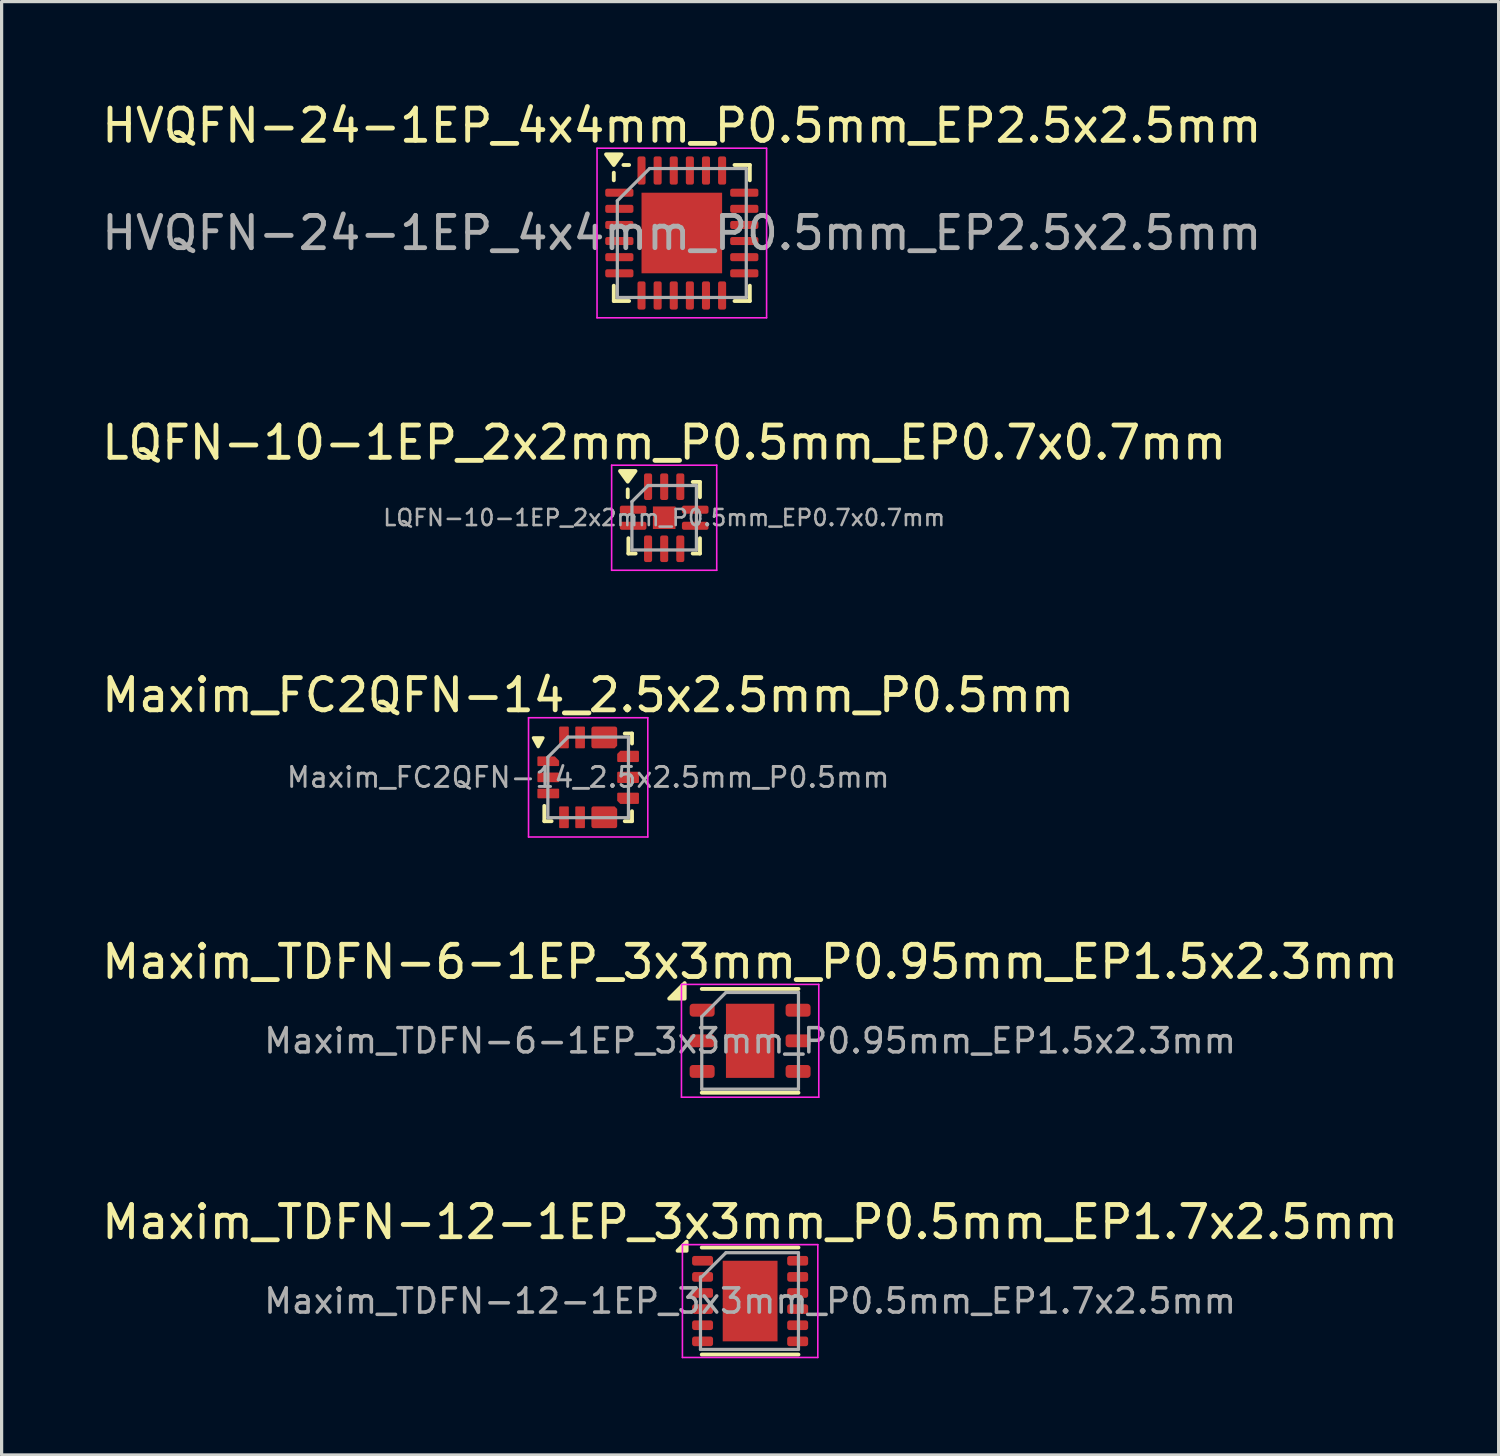
<source format=kicad_pcb>
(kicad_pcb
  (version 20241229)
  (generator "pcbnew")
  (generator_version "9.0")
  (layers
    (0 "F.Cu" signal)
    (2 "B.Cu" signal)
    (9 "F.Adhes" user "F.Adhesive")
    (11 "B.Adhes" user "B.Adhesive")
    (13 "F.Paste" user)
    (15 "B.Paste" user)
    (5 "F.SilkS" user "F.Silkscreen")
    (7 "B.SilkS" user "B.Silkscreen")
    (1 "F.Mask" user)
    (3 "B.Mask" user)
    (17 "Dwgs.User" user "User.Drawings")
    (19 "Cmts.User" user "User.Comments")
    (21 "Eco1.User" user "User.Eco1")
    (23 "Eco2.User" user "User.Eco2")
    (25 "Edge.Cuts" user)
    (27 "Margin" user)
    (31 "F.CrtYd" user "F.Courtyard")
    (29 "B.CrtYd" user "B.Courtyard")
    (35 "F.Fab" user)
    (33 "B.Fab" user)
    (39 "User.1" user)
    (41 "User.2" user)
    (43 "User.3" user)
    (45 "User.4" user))
  (footprint "Maxim_TDFN-12-1EP_3x3mm_P0.5mm_EP1.7x2.5mm"
    (layer "F.Cu")
    (at 20.22 37.311)
    (property "Reference" "Maxim_TDFN-12-1EP_3x3mm_P0.5mm_EP1.7x2.5mm" (at 0 -2.45 0) (layer "F.SilkS") (effects (font (size 1 1) (thickness 0.15))))
    (attr smd)
    (fp_line (start -1.5 -1.66) (end 1.5 -1.66) (stroke (width 0.12) (type solid)) (layer "F.SilkS"))
    (fp_line (start -1.5 1.66) (end 1.5 1.66) (stroke (width 0.12) (type solid)) (layer "F.SilkS"))
    (fp_poly (pts (xy -1.97 -1.56) (xy -2.25 -1.56) (xy -1.97 -1.84) (xy -1.97 -1.56)) (stroke (width 0.12) (type solid)) (fill yes) (layer "F.SilkS"))
    (fp_line (start -2.1 -1.75) (end -2.1 1.75) (stroke (width 0.05) (type solid)) (layer "F.CrtYd"))
    (fp_line (start -2.1 1.75) (end 2.1 1.75) (stroke (width 0.05) (type solid)) (layer "F.CrtYd"))
    (fp_line (start 2.1 -1.75) (end -2.1 -1.75) (stroke (width 0.05) (type solid)) (layer "F.CrtYd"))
    (fp_line (start 2.1 1.75) (end 2.1 -1.75) (stroke (width 0.05) (type solid)) (layer "F.CrtYd"))
    (fp_line (start -1.54 1.5) (end -1.54 -0.75) (stroke (width 0.1) (type solid)) (layer "F.Fab"))
    (fp_line (start -1.5 -0.75) (end -0.75 -1.5) (stroke (width 0.1) (type solid)) (layer "F.Fab"))
    (fp_line (start -0.75 -1.5) (end 1.5 -1.5) (stroke (width 0.1) (type solid)) (layer "F.Fab"))
    (fp_line (start 1.5 -1.5) (end 1.5 1.5) (stroke (width 0.1) (type solid)) (layer "F.Fab"))
    (fp_line (start 1.5 1.5) (end -1.54 1.5) (stroke (width 0.1) (type solid)) (layer "F.Fab"))
    (fp_text user "${REFERENCE}" (at 0 0 0) (layer "F.Fab") (effects (font (size 0.75 0.75) (thickness 0.11))))
    (pad "" smd roundrect (at -0.4 -0.625) (size 0.64 1.01) (layers "F.Paste") (roundrect_rratio 0.25))
    (pad "" smd roundrect (at -0.4 0.625) (size 0.64 1.01) (layers "F.Paste") (roundrect_rratio 0.25))
    (pad "" smd roundrect (at 0.4 -0.625) (size 0.64 1.01) (layers "F.Paste") (roundrect_rratio 0.25))
    (pad "" smd roundrect (at 0.4 0.625) (size 0.64 1.01) (layers "F.Paste") (roundrect_rratio 0.25))
    (pad "1" smd roundrect (at -1.475 -1.25) (size 0.65 0.3) (layers "F.Cu" "F.Mask" "F.Paste") (roundrect_rratio 0.25))
    (pad "2" smd roundrect (at -1.475 -0.75) (size 0.65 0.3) (layers "F.Cu" "F.Mask" "F.Paste") (roundrect_rratio 0.25))
    (pad "3" smd roundrect (at -1.475 -0.25) (size 0.65 0.3) (layers "F.Cu" "F.Mask" "F.Paste") (roundrect_rratio 0.25))
    (pad "4" smd roundrect (at -1.475 0.25) (size 0.65 0.3) (layers "F.Cu" "F.Mask" "F.Paste") (roundrect_rratio 0.25))
    (pad "5" smd roundrect (at -1.475 0.75) (size 0.65 0.3) (layers "F.Cu" "F.Mask" "F.Paste") (roundrect_rratio 0.25))
    (pad "6" smd roundrect (at -1.475 1.25) (size 0.65 0.3) (layers "F.Cu" "F.Mask" "F.Paste") (roundrect_rratio 0.25))
    (pad "7" smd roundrect (at 1.475 1.25) (size 0.65 0.3) (layers "F.Cu" "F.Mask" "F.Paste") (roundrect_rratio 0.25))
    (pad "8" smd roundrect (at 1.475 0.75) (size 0.65 0.3) (layers "F.Cu" "F.Mask" "F.Paste") (roundrect_rratio 0.25))
    (pad "9" smd roundrect (at 1.475 0.25) (size 0.65 0.3) (layers "F.Cu" "F.Mask" "F.Paste") (roundrect_rratio 0.25))
    (pad "10" smd roundrect (at 1.475 -0.25) (size 0.65 0.3) (layers "F.Cu" "F.Mask" "F.Paste") (roundrect_rratio 0.25))
    (pad "11" smd roundrect (at 1.475 -0.75) (size 0.65 0.3) (layers "F.Cu" "F.Mask" "F.Paste") (roundrect_rratio 0.25))
    (pad "12" smd roundrect (at 1.475 -1.25) (size 0.65 0.3) (layers "F.Cu" "F.Mask" "F.Paste") (roundrect_rratio 0.25))
    (pad "13" smd rect (at 0 0) (size 1.7 2.5) (layers "F.Cu" "F.Mask")))
  (footprint "Maxim_TDFN-6-1EP_3x3mm_P0.95mm_EP1.5x2.3mm"
    (layer "F.Cu")
    (at 20.22 29.238)
    (property "Reference" "Maxim_TDFN-6-1EP_3x3mm_P0.95mm_EP1.5x2.3mm" (at 0 -2.45 0) (layer "F.SilkS") (effects (font (size 1 1) (thickness 0.15))))
    (attr smd)
    (fp_line (start -1.5 -1.61) (end 1.5 -1.61) (stroke (width 0.12) (type solid)) (layer "F.SilkS"))
    (fp_line (start -1.5 1.61) (end 1.5 1.61) (stroke (width 0.12) (type solid)) (layer "F.SilkS"))
    (fp_poly (pts (xy -2.03 -1.31) (xy -2.51 -1.31) (xy -2.03 -1.79) (xy -2.03 -1.31)) (stroke (width 0.12) (type solid)) (fill yes) (layer "F.SilkS"))
    (fp_line (start -2.13 -1.75) (end -2.13 1.75) (stroke (width 0.05) (type solid)) (layer "F.CrtYd"))
    (fp_line (start -2.13 1.75) (end 2.13 1.75) (stroke (width 0.05) (type solid)) (layer "F.CrtYd"))
    (fp_line (start 2.13 -1.75) (end -2.13 -1.75) (stroke (width 0.05) (type solid)) (layer "F.CrtYd"))
    (fp_line (start 2.13 1.75) (end 2.13 -1.75) (stroke (width 0.05) (type solid)) (layer "F.CrtYd"))
    (fp_line (start -1.5 -0.75) (end -0.75 -1.5) (stroke (width 0.1) (type solid)) (layer "F.Fab"))
    (fp_line (start -1.5 1.5) (end -1.5 -0.75) (stroke (width 0.1) (type solid)) (layer "F.Fab"))
    (fp_line (start -0.75 -1.5) (end 1.5 -1.5) (stroke (width 0.1) (type solid)) (layer "F.Fab"))
    (fp_line (start 1.5 -1.5) (end 1.5 1.5) (stroke (width 0.1) (type solid)) (layer "F.Fab"))
    (fp_line (start 1.5 1.5) (end -1.5 1.5) (stroke (width 0.1) (type solid)) (layer "F.Fab"))
    (fp_text user "${REFERENCE}" (at 0 0 0) (layer "F.Fab") (effects (font (size 0.75 0.75) (thickness 0.11))))
    (pad "" smd roundrect (at -0.375 -0.575) (size 0.6 0.93) (layers "F.Paste") (roundrect_rratio 0.25))
    (pad "" smd roundrect (at -0.375 0.575) (size 0.6 0.93) (layers "F.Paste") (roundrect_rratio 0.25))
    (pad "" smd roundrect (at 0.375 -0.575) (size 0.6 0.93) (layers "F.Paste") (roundrect_rratio 0.25))
    (pad "" smd roundrect (at 0.375 0.575) (size 0.6 0.93) (layers "F.Paste") (roundrect_rratio 0.25))
    (pad "1" smd roundrect (at -1.488 -0.95) (size 0.775 0.4) (layers "F.Cu" "F.Mask" "F.Paste") (roundrect_rratio 0.25))
    (pad "2" smd roundrect (at -1.488 0) (size 0.775 0.4) (layers "F.Cu" "F.Mask" "F.Paste") (roundrect_rratio 0.25))
    (pad "3" smd roundrect (at -1.488 0.95) (size 0.775 0.4) (layers "F.Cu" "F.Mask" "F.Paste") (roundrect_rratio 0.25))
    (pad "4" smd roundrect (at 1.488 0.95) (size 0.775 0.4) (layers "F.Cu" "F.Mask" "F.Paste") (roundrect_rratio 0.25))
    (pad "5" smd roundrect (at 1.488 0) (size 0.775 0.4) (layers "F.Cu" "F.Mask" "F.Paste") (roundrect_rratio 0.25))
    (pad "6" smd roundrect (at 1.488 -0.95) (size 0.775 0.4) (layers "F.Cu" "F.Mask" "F.Paste") (roundrect_rratio 0.25))
    (pad "7" smd rect (at 0 0) (size 1.5 2.3) (property pad_prop_heatsink) (layers "F.Cu" "F.Mask")))
  (footprint "HVQFN-24-1EP_4x4mm_P0.5mm_EP2.5x2.5mm"
    (layer "F.Cu")
    (at 18.101 4.178)
    (property "Reference" "HVQFN-24-1EP_4x4mm_P0.5mm_EP2.5x2.5mm" (at 0 -3.33 0) (layer "F.SilkS") (effects (font (size 1 1) (thickness 0.15))))
    (attr smd)
    (fp_line (start -2.11 -1.635) (end -2.11 -1.87) (stroke (width 0.12) (type solid)) (layer "F.SilkS"))
    (fp_line (start -2.11 2.11) (end -2.11 1.635) (stroke (width 0.12) (type solid)) (layer "F.SilkS"))
    (fp_line (start -1.635 -2.11) (end -1.81 -2.11) (stroke (width 0.12) (type solid)) (layer "F.SilkS"))
    (fp_line (start -1.635 2.11) (end -2.11 2.11) (stroke (width 0.12) (type solid)) (layer "F.SilkS"))
    (fp_line (start 1.635 -2.11) (end 2.11 -2.11) (stroke (width 0.12) (type solid)) (layer "F.SilkS"))
    (fp_line (start 1.635 2.11) (end 2.11 2.11) (stroke (width 0.12) (type solid)) (layer "F.SilkS"))
    (fp_line (start 2.11 -2.11) (end 2.11 -1.635) (stroke (width 0.12) (type solid)) (layer "F.SilkS"))
    (fp_line (start 2.11 2.11) (end 2.11 1.635) (stroke (width 0.12) (type solid)) (layer "F.SilkS"))
    (fp_poly (pts (xy -2.11 -2.11) (xy -2.35 -2.44) (xy -1.87 -2.44) (xy -2.11 -2.11)) (stroke (width 0.12) (type solid)) (fill yes) (layer "F.SilkS"))
    (fp_line (start -2.63 -2.63) (end -2.63 2.63) (stroke (width 0.05) (type solid)) (layer "F.CrtYd"))
    (fp_line (start -2.63 2.63) (end 2.63 2.63) (stroke (width 0.05) (type solid)) (layer "F.CrtYd"))
    (fp_line (start 2.63 -2.63) (end -2.63 -2.63) (stroke (width 0.05) (type solid)) (layer "F.CrtYd"))
    (fp_line (start 2.63 2.63) (end 2.63 -2.63) (stroke (width 0.05) (type solid)) (layer "F.CrtYd"))
    (fp_line (start -2 -1) (end -1 -2) (stroke (width 0.1) (type solid)) (layer "F.Fab"))
    (fp_line (start -2 2) (end -2 -1) (stroke (width 0.1) (type solid)) (layer "F.Fab"))
    (fp_line (start -1 -2) (end 2 -2) (stroke (width 0.1) (type solid)) (layer "F.Fab"))
    (fp_line (start 2 -2) (end 2 2) (stroke (width 0.1) (type solid)) (layer "F.Fab"))
    (fp_line (start 2 2) (end -2 2) (stroke (width 0.1) (type solid)) (layer "F.Fab"))
    (fp_text user "${REFERENCE}" (at 0 0 0) (layer "F.Fab") (effects (font (size 1 1) (thickness 0.15))))
    (pad "" smd roundrect (at -0.625 -0.625) (size 1.01 1.01) (layers "F.Paste") (roundrect_rratio 0.248))
    (pad "" smd roundrect (at -0.625 0.625) (size 1.01 1.01) (layers "F.Paste") (roundrect_rratio 0.248))
    (pad "" smd roundrect (at 0.625 -0.625) (size 1.01 1.01) (layers "F.Paste") (roundrect_rratio 0.248))
    (pad "" smd roundrect (at 0.625 0.625) (size 1.01 1.01) (layers "F.Paste") (roundrect_rratio 0.248))
    (pad "1" smd roundrect (at -1.938 -1.25) (size 0.875 0.25) (layers "F.Cu" "F.Mask" "F.Paste") (roundrect_rratio 0.25))
    (pad "2" smd roundrect (at -1.938 -0.75) (size 0.875 0.25) (layers "F.Cu" "F.Mask" "F.Paste") (roundrect_rratio 0.25))
    (pad "3" smd roundrect (at -1.938 -0.25) (size 0.875 0.25) (layers "F.Cu" "F.Mask" "F.Paste") (roundrect_rratio 0.25))
    (pad "4" smd roundrect (at -1.938 0.25) (size 0.875 0.25) (layers "F.Cu" "F.Mask" "F.Paste") (roundrect_rratio 0.25))
    (pad "5" smd roundrect (at -1.938 0.75) (size 0.875 0.25) (layers "F.Cu" "F.Mask" "F.Paste") (roundrect_rratio 0.25))
    (pad "6" smd roundrect (at -1.938 1.25) (size 0.875 0.25) (layers "F.Cu" "F.Mask" "F.Paste") (roundrect_rratio 0.25))
    (pad "7" smd roundrect (at -1.25 1.938) (size 0.25 0.875) (layers "F.Cu" "F.Mask" "F.Paste") (roundrect_rratio 0.25))
    (pad "8" smd roundrect (at -0.75 1.938) (size 0.25 0.875) (layers "F.Cu" "F.Mask" "F.Paste") (roundrect_rratio 0.25))
    (pad "9" smd roundrect (at -0.25 1.938) (size 0.25 0.875) (layers "F.Cu" "F.Mask" "F.Paste") (roundrect_rratio 0.25))
    (pad "10" smd roundrect (at 0.25 1.938) (size 0.25 0.875) (layers "F.Cu" "F.Mask" "F.Paste") (roundrect_rratio 0.25))
    (pad "11" smd roundrect (at 0.75 1.938) (size 0.25 0.875) (layers "F.Cu" "F.Mask" "F.Paste") (roundrect_rratio 0.25))
    (pad "12" smd roundrect (at 1.25 1.938) (size 0.25 0.875) (layers "F.Cu" "F.Mask" "F.Paste") (roundrect_rratio 0.25))
    (pad "13" smd roundrect (at 1.938 1.25) (size 0.875 0.25) (layers "F.Cu" "F.Mask" "F.Paste") (roundrect_rratio 0.25))
    (pad "14" smd roundrect (at 1.938 0.75) (size 0.875 0.25) (layers "F.Cu" "F.Mask" "F.Paste") (roundrect_rratio 0.25))
    (pad "15" smd roundrect (at 1.938 0.25) (size 0.875 0.25) (layers "F.Cu" "F.Mask" "F.Paste") (roundrect_rratio 0.25))
    (pad "16" smd roundrect (at 1.938 -0.25) (size 0.875 0.25) (layers "F.Cu" "F.Mask" "F.Paste") (roundrect_rratio 0.25))
    (pad "17" smd roundrect (at 1.938 -0.75) (size 0.875 0.25) (layers "F.Cu" "F.Mask" "F.Paste") (roundrect_rratio 0.25))
    (pad "18" smd roundrect (at 1.938 -1.25) (size 0.875 0.25) (layers "F.Cu" "F.Mask" "F.Paste") (roundrect_rratio 0.25))
    (pad "19" smd roundrect (at 1.25 -1.938) (size 0.25 0.875) (layers "F.Cu" "F.Mask" "F.Paste") (roundrect_rratio 0.25))
    (pad "20" smd roundrect (at 0.75 -1.938) (size 0.25 0.875) (layers "F.Cu" "F.Mask" "F.Paste") (roundrect_rratio 0.25))
    (pad "21" smd roundrect (at 0.25 -1.938) (size 0.25 0.875) (layers "F.Cu" "F.Mask" "F.Paste") (roundrect_rratio 0.25))
    (pad "22" smd roundrect (at -0.25 -1.938) (size 0.25 0.875) (layers "F.Cu" "F.Mask" "F.Paste") (roundrect_rratio 0.25))
    (pad "23" smd roundrect (at -0.75 -1.938) (size 0.25 0.875) (layers "F.Cu" "F.Mask" "F.Paste") (roundrect_rratio 0.25))
    (pad "24" smd roundrect (at -1.25 -1.938) (size 0.25 0.875) (layers "F.Cu" "F.Mask" "F.Paste") (roundrect_rratio 0.25))
    (pad "25" smd rect (at 0 0) (size 2.5 2.5) (property pad_prop_heatsink) (layers "F.Cu" "F.Mask")))
  (footprint "Maxim_FC2QFN-14_2.5x2.5mm_P0.5mm"
    (layer "F.Cu")
    (at 15.196 21.065)
    (property "Reference" "Maxim_FC2QFN-14_2.5x2.5mm_P0.5mm" (at 0 -2.55 0) (layer "F.SilkS") (effects (font (size 1 1) (thickness 0.15))))
    (attr smd)
    (fp_line (start -1.36 1.36) (end -1.36 0.885) (stroke (width 0.12) (type solid)) (layer "F.SilkS"))
    (fp_line (start -1.135 1.36) (end -1.36 1.36) (stroke (width 0.12) (type solid)) (layer "F.SilkS"))
    (fp_line (start 1.135 -1.36) (end 1.36 -1.36) (stroke (width 0.12) (type solid)) (layer "F.SilkS"))
    (fp_line (start 1.135 1.36) (end 1.36 1.36) (stroke (width 0.12) (type solid)) (layer "F.SilkS"))
    (fp_line (start 1.36 -1.36) (end 1.36 -1.05) (stroke (width 0.12) (type solid)) (layer "F.SilkS"))
    (fp_line (start 1.36 1.36) (end 1.36 1.05) (stroke (width 0.12) (type solid)) (layer "F.SilkS"))
    (fp_poly (pts (xy -1.7 -1.226) (xy -1.4 -1.226) (xy -1.55 -0.95)) (stroke (width 0.1) (type solid)) (fill yes) (layer "F.SilkS"))
    (fp_line (start -1.85 -1.85) (end -1.85 1.85) (stroke (width 0.05) (type solid)) (layer "F.CrtYd"))
    (fp_line (start -1.85 1.85) (end 1.85 1.85) (stroke (width 0.05) (type solid)) (layer "F.CrtYd"))
    (fp_line (start 1.85 -1.85) (end -1.85 -1.85) (stroke (width 0.05) (type solid)) (layer "F.CrtYd"))
    (fp_line (start 1.85 1.85) (end 1.85 -1.85) (stroke (width 0.05) (type solid)) (layer "F.CrtYd"))
    (fp_line (start -1.25 -0.625) (end -0.625 -1.25) (stroke (width 0.1) (type solid)) (layer "F.Fab"))
    (fp_line (start -1.25 1.25) (end -1.25 -0.625) (stroke (width 0.1) (type solid)) (layer "F.Fab"))
    (fp_line (start -0.625 -1.25) (end 1.25 -1.25) (stroke (width 0.1) (type solid)) (layer "F.Fab"))
    (fp_line (start 1.25 -1.25) (end 1.25 1.25) (stroke (width 0.1) (type solid)) (layer "F.Fab"))
    (fp_line (start 1.25 1.25) (end -1.25 1.25) (stroke (width 0.1) (type solid)) (layer "F.Fab"))
    (fp_text user "${REFERENCE}" (at 0 0 0) (layer "F.Fab") (effects (font (size 0.62 0.62) (thickness 0.09))))
    (pad "1" smd roundrect (at -1.238 -0.5) (size 0.675 0.3) (layers "F.Cu" "F.Mask" "F.Paste") (roundrect_rratio 0.1) (chamfer_ratio 0.45) (chamfer top_right))
    (pad "2" smd roundrect (at -1.238 0) (size 0.675 0.3) (layers "F.Cu" "F.Mask" "F.Paste") (roundrect_rratio 0.1))
    (pad "3" smd roundrect (at -1.238 0.5) (size 0.675 0.3) (layers "F.Cu" "F.Mask" "F.Paste") (roundrect_rratio 0.1))
    (pad "4" smd roundrect (at -0.75 1.238) (size 0.3 0.675) (layers "F.Cu" "F.Mask" "F.Paste") (roundrect_rratio 0.1))
    (pad "5" smd roundrect (at -0.25 1.238) (size 0.3 0.675) (layers "F.Cu" "F.Mask" "F.Paste") (roundrect_rratio 0.1))
    (pad "6" smd roundrect (at 0.5 1.238) (size 0.8 0.675) (layers "F.Cu" "F.Mask" "F.Paste") (roundrect_rratio 0.1) (chamfer_ratio 0.12) (chamfer top_right))
    (pad "8" smd roundrect (at 1.238 0.65) (size 0.675 0.35) (layers "F.Cu" "F.Mask" "F.Paste") (roundrect_rratio 0.1) (chamfer_ratio 0.28) (chamfer bottom_left))
    (pad "9" smd roundrect (at 1.238 0) (size 0.675 0.35) (layers "F.Cu" "F.Mask" "F.Paste") (roundrect_rratio 0.1))
    (pad "10" smd roundrect (at 1.238 -0.65) (size 0.675 0.35) (layers "F.Cu" "F.Mask" "F.Paste") (roundrect_rratio 0.1) (chamfer_ratio 0.28) (chamfer top_left))
    (pad "11" smd roundrect (at 0.5 -1.238) (size 0.8 0.675) (layers "F.Cu" "F.Mask" "F.Paste") (roundrect_rratio 0.1) (chamfer_ratio 0.12) (chamfer bottom_right))
    (pad "13" smd roundrect (at -0.25 -1.238) (size 0.3 0.675) (layers "F.Cu" "F.Mask" "F.Paste") (roundrect_rratio 0.1))
    (pad "14" smd roundrect (at -0.75 -1.238) (size 0.3 0.675) (layers "F.Cu" "F.Mask" "F.Paste") (roundrect_rratio 0.1)))
  (footprint "LQFN-10-1EP_2x2mm_P0.5mm_EP0.7x0.7mm"
    (layer "F.Cu")
    (at 17.554 13.011)
    (property "Reference" "LQFN-10-1EP_2x2mm_P0.5mm_EP0.7x0.7mm" (at 0 -2.33 0) (layer "F.SilkS") (effects (font (size 1 1) (thickness 0.15))))
    (attr smd)
    (fp_line (start -1.13 -0.635) (end -1.13 -0.88) (stroke (width 0.12) (type solid)) (layer "F.SilkS"))
    (fp_line (start -1.11 1.11) (end -1.11 0.635) (stroke (width 0.12) (type solid)) (layer "F.SilkS"))
    (fp_line (start -0.885 1.11) (end -1.11 1.11) (stroke (width 0.12) (type solid)) (layer "F.SilkS"))
    (fp_line (start 0.885 -1.11) (end 1.11 -1.11) (stroke (width 0.12) (type solid)) (layer "F.SilkS"))
    (fp_line (start 0.885 1.11) (end 1.11 1.11) (stroke (width 0.12) (type solid)) (layer "F.SilkS"))
    (fp_line (start 1.11 -1.11) (end 1.11 -0.635) (stroke (width 0.12) (type solid)) (layer "F.SilkS"))
    (fp_line (start 1.11 1.11) (end 1.11 0.635) (stroke (width 0.12) (type solid)) (layer "F.SilkS"))
    (fp_poly (pts (xy -1.13 -1.12) (xy -1.37 -1.45) (xy -0.89 -1.45) (xy -1.13 -1.12)) (stroke (width 0.12) (type solid)) (fill yes) (layer "F.SilkS"))
    (fp_line (start -1.63 -1.63) (end -1.63 1.63) (stroke (width 0.05) (type solid)) (layer "F.CrtYd"))
    (fp_line (start -1.63 1.63) (end 1.63 1.63) (stroke (width 0.05) (type solid)) (layer "F.CrtYd"))
    (fp_line (start 1.63 -1.63) (end -1.63 -1.63) (stroke (width 0.05) (type solid)) (layer "F.CrtYd"))
    (fp_line (start 1.63 1.63) (end 1.63 -1.63) (stroke (width 0.05) (type solid)) (layer "F.CrtYd"))
    (fp_line (start -1 -0.5) (end -0.5 -1) (stroke (width 0.1) (type solid)) (layer "F.Fab"))
    (fp_line (start -1 1) (end -1 -0.5) (stroke (width 0.1) (type solid)) (layer "F.Fab"))
    (fp_line (start -0.5 -1) (end 1 -1) (stroke (width 0.1) (type solid)) (layer "F.Fab"))
    (fp_line (start 1 -1) (end 1 1) (stroke (width 0.1) (type solid)) (layer "F.Fab"))
    (fp_line (start 1 1) (end -1 1) (stroke (width 0.1) (type solid)) (layer "F.Fab"))
    (fp_text user "${REFERENCE}" (at 0 0 0) (layer "F.Fab") (effects (font (size 0.5 0.5) (thickness 0.08))))
    (pad "" smd roundrect (at 0 0) (size 0.56 0.56) (layers "F.Paste") (roundrect_rratio 0.25))
    (pad "1" smd roundrect (at -0.963 -0.25) (size 0.825 0.25) (layers "F.Cu" "F.Mask" "F.Paste") (roundrect_rratio 0.25))
    (pad "2" smd roundrect (at -0.963 0.25) (size 0.825 0.25) (layers "F.Cu" "F.Mask" "F.Paste") (roundrect_rratio 0.25))
    (pad "3" smd roundrect (at -0.5 0.963) (size 0.25 0.825) (layers "F.Cu" "F.Mask" "F.Paste") (roundrect_rratio 0.25))
    (pad "4" smd roundrect (at 0 0.963) (size 0.25 0.825) (layers "F.Cu" "F.Mask" "F.Paste") (roundrect_rratio 0.25))
    (pad "5" smd roundrect (at 0.5 0.963) (size 0.25 0.825) (layers "F.Cu" "F.Mask" "F.Paste") (roundrect_rratio 0.25))
    (pad "6" smd roundrect (at 0.963 0.25) (size 0.825 0.25) (layers "F.Cu" "F.Mask" "F.Paste") (roundrect_rratio 0.25))
    (pad "7" smd roundrect (at 0.963 -0.25) (size 0.825 0.25) (layers "F.Cu" "F.Mask" "F.Paste") (roundrect_rratio 0.25))
    (pad "8" smd roundrect (at 0.5 -0.963) (size 0.25 0.825) (layers "F.Cu" "F.Mask" "F.Paste") (roundrect_rratio 0.25))
    (pad "9" smd roundrect (at 0 -0.963) (size 0.25 0.825) (layers "F.Cu" "F.Mask" "F.Paste") (roundrect_rratio 0.25))
    (pad "10" smd roundrect (at -0.5 -0.963) (size 0.25 0.825) (layers "F.Cu" "F.Mask" "F.Paste") (roundrect_rratio 0.25))
    (pad "11" smd rect (at 0 0) (size 0.7 0.7) (property pad_prop_heatsink) (layers "F.Cu" "F.Mask")))
  (gr_rect
    (start -3 -3)
    (end 43.44 42.086)
    (stroke (width 0.1) (type default))
    (fill no)
    (layer "Edge.Cuts")))
</source>
